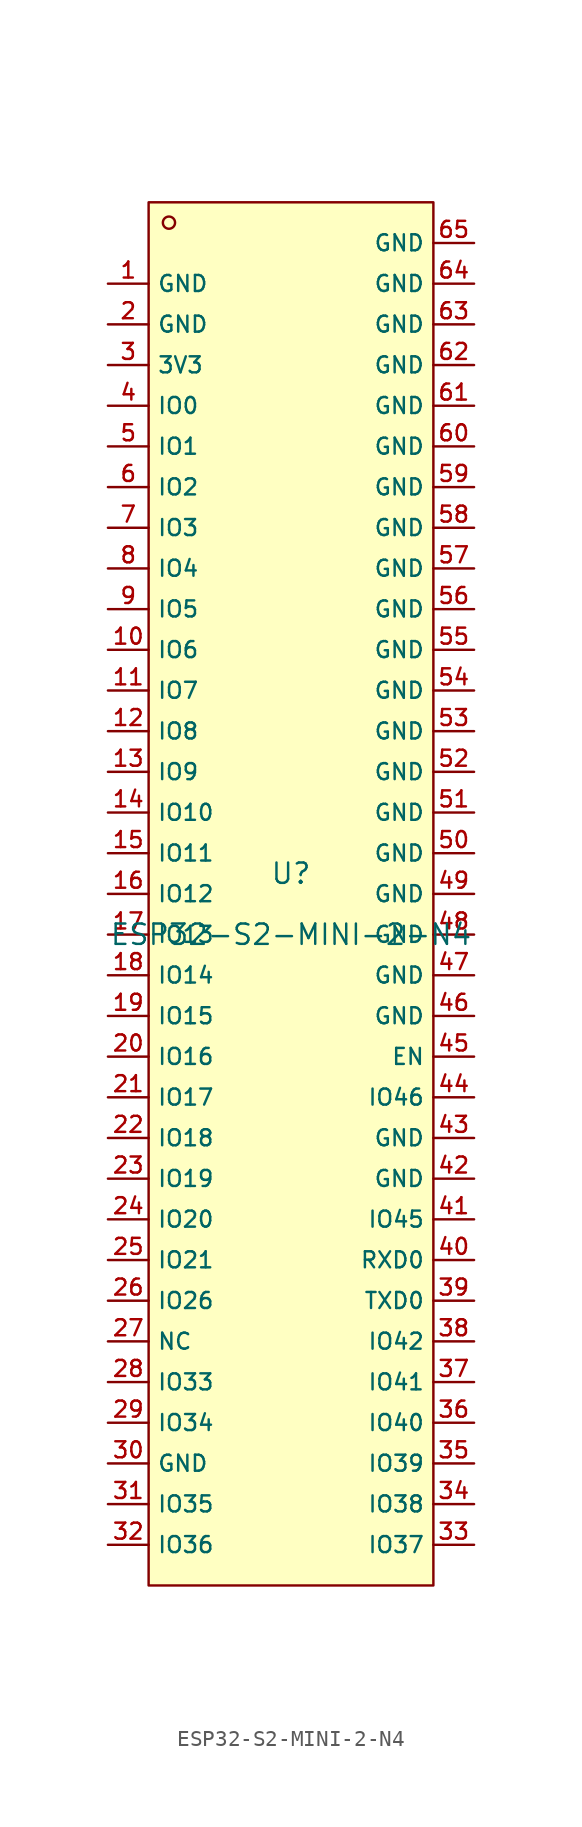
<source format=kicad_sym>
(kicad_symbol_lib
  (version 20210201)
  (generator TousstNicolas/JLC2KiCad_lib)
  (symbol "ESP32-S2-MINI-2-N4"
    (property "Reference" "U"
      (at 0 1.27 0)
      (effects (font (size 1.27 1.27))))
    (property "Value" "ESP32-S2-MINI-2-N4"
      (at 0 -2.54 0)
      (effects (font (size 1.27 1.27))))
    (symbol "ESP32-S2-MINI-2-N4_0_1"
      (rectangle (start -8.89 43.18) (end 8.89 -43.18) (stroke (width 0) (type default) (color 0 0 0 0)) (fill (type background)))
      (circle (center -7.62 41.91) (radius 0.381) (stroke (width 0) (type default) (color 0 0 0 0)) (fill (type background)))
      (pin unspecified line (at -11.43 38.1 0) (length 2.54) (name "GND" (effects (font (size 1 1)))) (number "1" (effects (font (size 1 1)))))
      (pin unspecified line (at -11.43 35.56 0) (length 2.54) (name "GND" (effects (font (size 1 1)))) (number "2" (effects (font (size 1 1)))))
      (pin unspecified line (at -11.43 33.02 0) (length 2.54) (name "3V3" (effects (font (size 1 1)))) (number "3" (effects (font (size 1 1)))))
      (pin unspecified line (at -11.43 30.48 0) (length 2.54) (name "IO0" (effects (font (size 1 1)))) (number "4" (effects (font (size 1 1)))))
      (pin unspecified line (at -11.43 27.94 0) (length 2.54) (name "IO1" (effects (font (size 1 1)))) (number "5" (effects (font (size 1 1)))))
      (pin unspecified line (at -11.43 25.4 0) (length 2.54) (name "IO2" (effects (font (size 1 1)))) (number "6" (effects (font (size 1 1)))))
      (pin unspecified line (at -11.43 22.86 0) (length 2.54) (name "IO3" (effects (font (size 1 1)))) (number "7" (effects (font (size 1 1)))))
      (pin unspecified line (at -11.43 20.32 0) (length 2.54) (name "IO4" (effects (font (size 1 1)))) (number "8" (effects (font (size 1 1)))))
      (pin unspecified line (at -11.43 17.78 0) (length 2.54) (name "IO5" (effects (font (size 1 1)))) (number "9" (effects (font (size 1 1)))))
      (pin unspecified line (at -11.43 15.24 0) (length 2.54) (name "IO6" (effects (font (size 1 1)))) (number "10" (effects (font (size 1 1)))))
      (pin unspecified line (at -11.43 12.7 0) (length 2.54) (name "IO7" (effects (font (size 1 1)))) (number "11" (effects (font (size 1 1)))))
      (pin unspecified line (at -11.43 10.16 0) (length 2.54) (name "IO8" (effects (font (size 1 1)))) (number "12" (effects (font (size 1 1)))))
      (pin unspecified line (at -11.43 7.62 0) (length 2.54) (name "IO9" (effects (font (size 1 1)))) (number "13" (effects (font (size 1 1)))))
      (pin unspecified line (at -11.43 5.08 0) (length 2.54) (name "IO10" (effects (font (size 1 1)))) (number "14" (effects (font (size 1 1)))))
      (pin unspecified line (at -11.43 2.54 0) (length 2.54) (name "IO11" (effects (font (size 1 1)))) (number "15" (effects (font (size 1 1)))))
      (pin unspecified line (at -11.43 -0.0 0) (length 2.54) (name "IO12" (effects (font (size 1 1)))) (number "16" (effects (font (size 1 1)))))
      (pin unspecified line (at -11.43 -2.54 0) (length 2.54) (name "IO13" (effects (font (size 1 1)))) (number "17" (effects (font (size 1 1)))))
      (pin unspecified line (at -11.43 -5.08 0) (length 2.54) (name "IO14" (effects (font (size 1 1)))) (number "18" (effects (font (size 1 1)))))
      (pin unspecified line (at -11.43 -7.62 0) (length 2.54) (name "IO15" (effects (font (size 1 1)))) (number "19" (effects (font (size 1 1)))))
      (pin unspecified line (at -11.43 -10.16 0) (length 2.54) (name "IO16" (effects (font (size 1 1)))) (number "20" (effects (font (size 1 1)))))
      (pin unspecified line (at -11.43 -12.7 0) (length 2.54) (name "IO17" (effects (font (size 1 1)))) (number "21" (effects (font (size 1 1)))))
      (pin unspecified line (at -11.43 -15.24 0) (length 2.54) (name "IO18" (effects (font (size 1 1)))) (number "22" (effects (font (size 1 1)))))
      (pin unspecified line (at -11.43 -17.78 0) (length 2.54) (name "IO19" (effects (font (size 1 1)))) (number "23" (effects (font (size 1 1)))))
      (pin unspecified line (at -11.43 -20.32 0) (length 2.54) (name "IO20" (effects (font (size 1 1)))) (number "24" (effects (font (size 1 1)))))
      (pin unspecified line (at -11.43 -22.86 0) (length 2.54) (name "IO21" (effects (font (size 1 1)))) (number "25" (effects (font (size 1 1)))))
      (pin unspecified line (at -11.43 -25.4 0) (length 2.54) (name "IO26" (effects (font (size 1 1)))) (number "26" (effects (font (size 1 1)))))
      (pin unspecified line (at -11.43 -27.94 0) (length 2.54) (name "NC" (effects (font (size 1 1)))) (number "27" (effects (font (size 1 1)))))
      (pin unspecified line (at -11.43 -30.48 0) (length 2.54) (name "IO33" (effects (font (size 1 1)))) (number "28" (effects (font (size 1 1)))))
      (pin unspecified line (at -11.43 -33.02 0) (length 2.54) (name "IO34" (effects (font (size 1 1)))) (number "29" (effects (font (size 1 1)))))
      (pin unspecified line (at -11.43 -35.56 0) (length 2.54) (name "GND" (effects (font (size 1 1)))) (number "30" (effects (font (size 1 1)))))
      (pin unspecified line (at -11.43 -38.1 0) (length 2.54) (name "IO35" (effects (font (size 1 1)))) (number "31" (effects (font (size 1 1)))))
      (pin unspecified line (at -11.43 -40.64 0) (length 2.54) (name "IO36" (effects (font (size 1 1)))) (number "32" (effects (font (size 1 1)))))
      (pin unspecified line (at 11.43 -40.64 180) (length 2.54) (name "IO37" (effects (font (size 1 1)))) (number "33" (effects (font (size 1 1)))))
      (pin unspecified line (at 11.43 -38.1 180) (length 2.54) (name "IO38" (effects (font (size 1 1)))) (number "34" (effects (font (size 1 1)))))
      (pin unspecified line (at 11.43 -35.56 180) (length 2.54) (name "IO39" (effects (font (size 1 1)))) (number "35" (effects (font (size 1 1)))))
      (pin unspecified line (at 11.43 -33.02 180) (length 2.54) (name "IO40" (effects (font (size 1 1)))) (number "36" (effects (font (size 1 1)))))
      (pin unspecified line (at 11.43 -30.48 180) (length 2.54) (name "IO41" (effects (font (size 1 1)))) (number "37" (effects (font (size 1 1)))))
      (pin unspecified line (at 11.43 -27.94 180) (length 2.54) (name "IO42" (effects (font (size 1 1)))) (number "38" (effects (font (size 1 1)))))
      (pin unspecified line (at 11.43 -25.4 180) (length 2.54) (name "TXD0" (effects (font (size 1 1)))) (number "39" (effects (font (size 1 1)))))
      (pin unspecified line (at 11.43 -22.86 180) (length 2.54) (name "RXD0" (effects (font (size 1 1)))) (number "40" (effects (font (size 1 1)))))
      (pin unspecified line (at 11.43 -20.32 180) (length 2.54) (name "IO45" (effects (font (size 1 1)))) (number "41" (effects (font (size 1 1)))))
      (pin unspecified line (at 11.43 -17.78 180) (length 2.54) (name "GND" (effects (font (size 1 1)))) (number "42" (effects (font (size 1 1)))))
      (pin unspecified line (at 11.43 -15.24 180) (length 2.54) (name "GND" (effects (font (size 1 1)))) (number "43" (effects (font (size 1 1)))))
      (pin unspecified line (at 11.43 -12.7 180) (length 2.54) (name "IO46" (effects (font (size 1 1)))) (number "44" (effects (font (size 1 1)))))
      (pin unspecified line (at 11.43 -10.16 180) (length 2.54) (name "EN" (effects (font (size 1 1)))) (number "45" (effects (font (size 1 1)))))
      (pin unspecified line (at 11.43 -7.62 180) (length 2.54) (name "GND" (effects (font (size 1 1)))) (number "46" (effects (font (size 1 1)))))
      (pin unspecified line (at 11.43 -5.08 180) (length 2.54) (name "GND" (effects (font (size 1 1)))) (number "47" (effects (font (size 1 1)))))
      (pin unspecified line (at 11.43 -2.54 180) (length 2.54) (name "GND" (effects (font (size 1 1)))) (number "48" (effects (font (size 1 1)))))
      (pin unspecified line (at 11.43 -0.0 180) (length 2.54) (name "GND" (effects (font (size 1 1)))) (number "49" (effects (font (size 1 1)))))
      (pin unspecified line (at 11.43 2.54 180) (length 2.54) (name "GND" (effects (font (size 1 1)))) (number "50" (effects (font (size 1 1)))))
      (pin unspecified line (at 11.43 5.08 180) (length 2.54) (name "GND" (effects (font (size 1 1)))) (number "51" (effects (font (size 1 1)))))
      (pin unspecified line (at 11.43 7.62 180) (length 2.54) (name "GND" (effects (font (size 1 1)))) (number "52" (effects (font (size 1 1)))))
      (pin unspecified line (at 11.43 10.16 180) (length 2.54) (name "GND" (effects (font (size 1 1)))) (number "53" (effects (font (size 1 1)))))
      (pin unspecified line (at 11.43 12.7 180) (length 2.54) (name "GND" (effects (font (size 1 1)))) (number "54" (effects (font (size 1 1)))))
      (pin unspecified line (at 11.43 15.24 180) (length 2.54) (name "GND" (effects (font (size 1 1)))) (number "55" (effects (font (size 1 1)))))
      (pin unspecified line (at 11.43 17.78 180) (length 2.54) (name "GND" (effects (font (size 1 1)))) (number "56" (effects (font (size 1 1)))))
      (pin unspecified line (at 11.43 20.32 180) (length 2.54) (name "GND" (effects (font (size 1 1)))) (number "57" (effects (font (size 1 1)))))
      (pin unspecified line (at 11.43 22.86 180) (length 2.54) (name "GND" (effects (font (size 1 1)))) (number "58" (effects (font (size 1 1)))))
      (pin unspecified line (at 11.43 25.4 180) (length 2.54) (name "GND" (effects (font (size 1 1)))) (number "59" (effects (font (size 1 1)))))
      (pin unspecified line (at 11.43 27.94 180) (length 2.54) (name "GND" (effects (font (size 1 1)))) (number "60" (effects (font (size 1 1)))))
      (pin unspecified line (at 11.43 30.48 180) (length 2.54) (name "GND" (effects (font (size 1 1)))) (number "61" (effects (font (size 1 1)))))
      (pin unspecified line (at 11.43 33.02 180) (length 2.54) (name "GND" (effects (font (size 1 1)))) (number "62" (effects (font (size 1 1)))))
      (pin unspecified line (at 11.43 35.56 180) (length 2.54) (name "GND" (effects (font (size 1 1)))) (number "63" (effects (font (size 1 1)))))
      (pin unspecified line (at 11.43 38.1 180) (length 2.54) (name "GND" (effects (font (size 1 1)))) (number "64" (effects (font (size 1 1)))))
      (pin unspecified line (at 11.43 40.64 180) (length 2.54) (name "GND" (effects (font (size 1 1)))) (number "65" (effects (font (size 1 1))))))))
</source>
